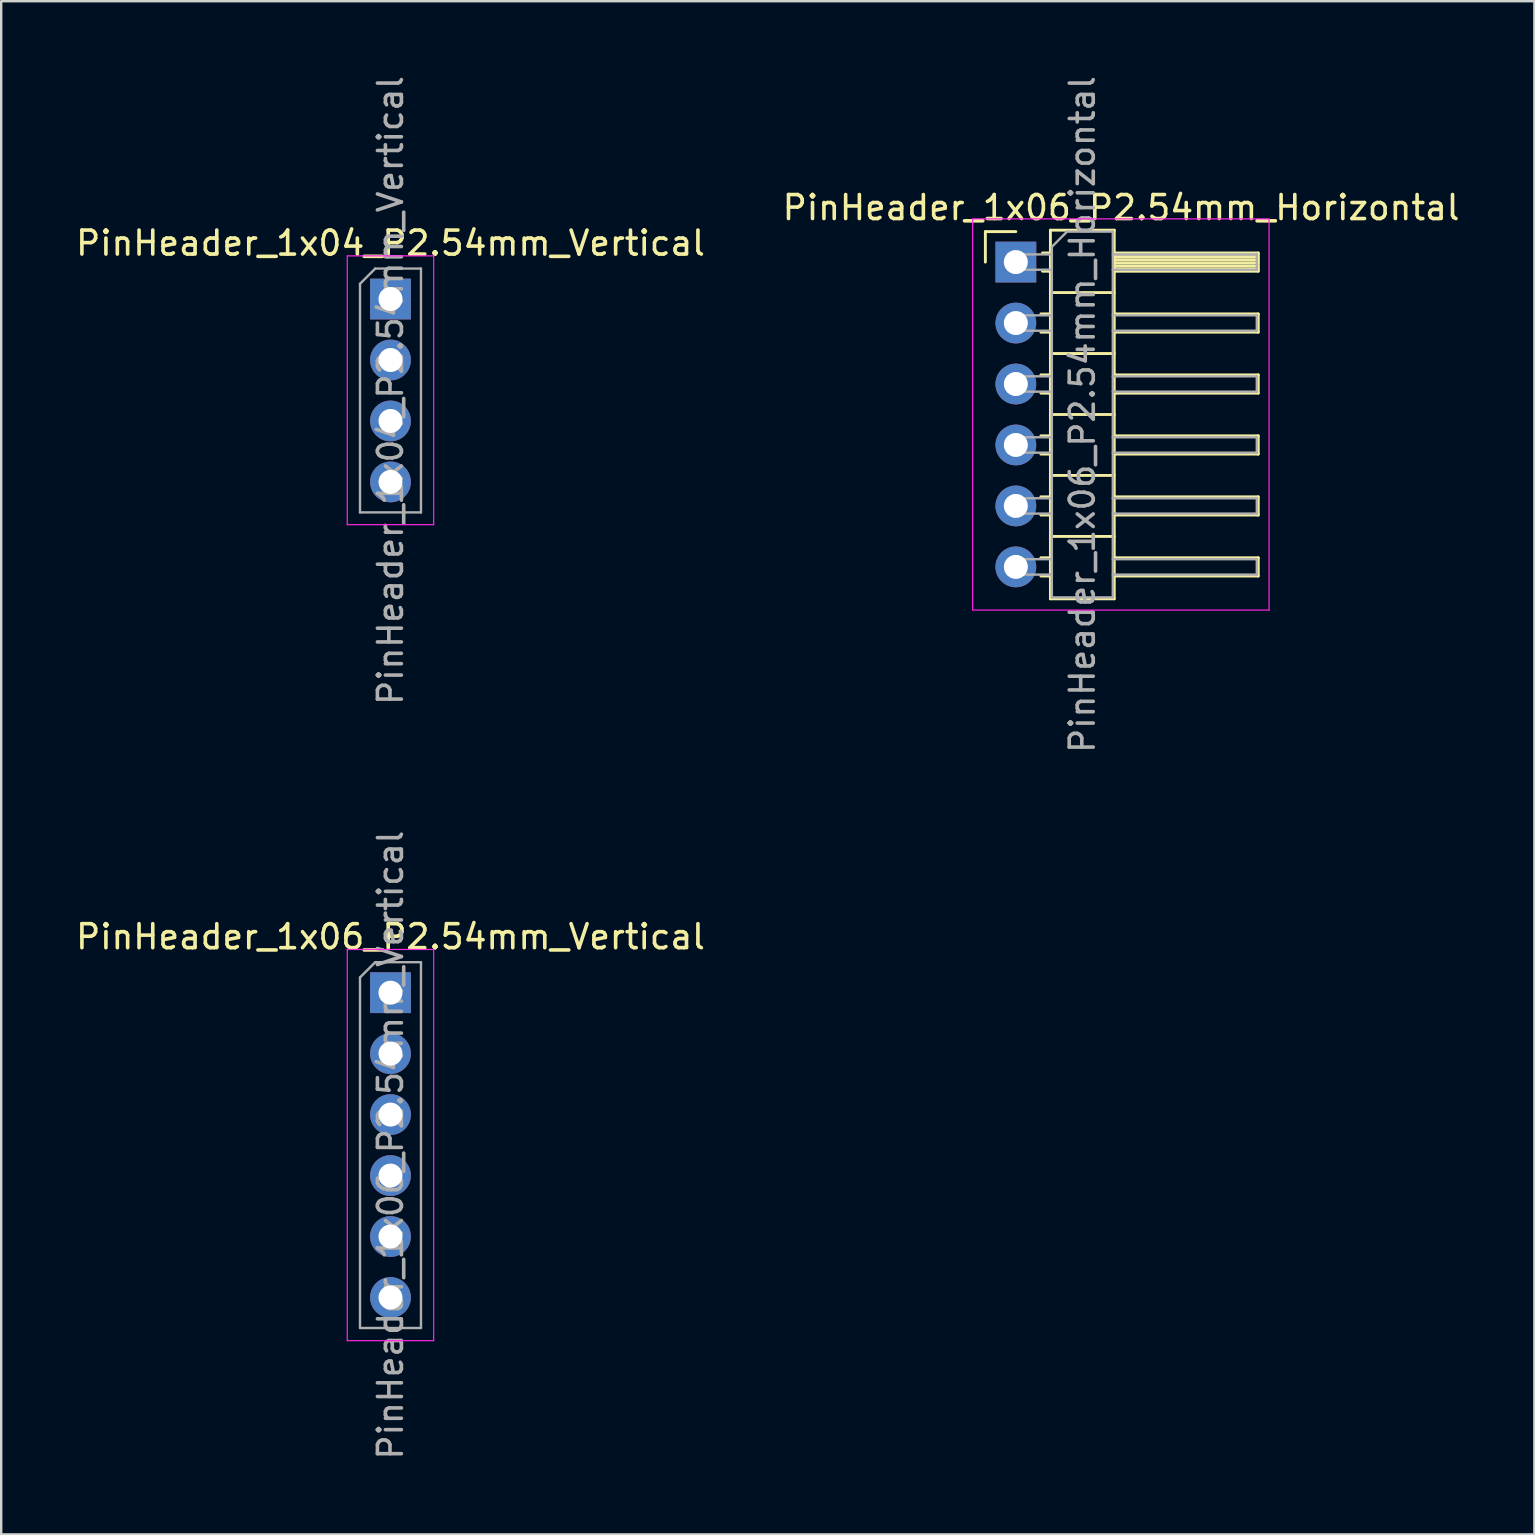
<source format=kicad_pcb>
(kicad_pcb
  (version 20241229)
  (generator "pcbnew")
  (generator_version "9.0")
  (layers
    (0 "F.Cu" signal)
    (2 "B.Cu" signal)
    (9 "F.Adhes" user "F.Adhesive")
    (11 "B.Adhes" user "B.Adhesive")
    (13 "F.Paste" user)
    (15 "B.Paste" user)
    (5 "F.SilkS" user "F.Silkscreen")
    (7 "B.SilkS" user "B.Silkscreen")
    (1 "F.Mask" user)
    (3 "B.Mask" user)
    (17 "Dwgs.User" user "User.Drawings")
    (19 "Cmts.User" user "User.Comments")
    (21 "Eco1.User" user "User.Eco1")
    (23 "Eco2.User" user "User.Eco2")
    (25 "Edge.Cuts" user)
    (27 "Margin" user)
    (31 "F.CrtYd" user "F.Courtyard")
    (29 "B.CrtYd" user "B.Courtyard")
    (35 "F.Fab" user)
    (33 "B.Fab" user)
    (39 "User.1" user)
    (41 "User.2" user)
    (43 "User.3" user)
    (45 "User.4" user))
  (footprint "PinHeader_1x06_P2.54mm_Vertical"
    (layer "F.Cu")
    (at 13.22 38.311)
    (property "Reference" "PinHeader_1x06_P2.54mm_Vertical" (at 0 -2.33 0) (layer "F.SilkS") (effects (font (size 1 1) (thickness 0.15))))
    (attr through_hole)
    (fp_line (start -1.8 -1.8) (end -1.8 14.5) (stroke (width 0.05) (type solid)) (layer "F.CrtYd"))
    (fp_line (start -1.8 14.5) (end 1.8 14.5) (stroke (width 0.05) (type solid)) (layer "F.CrtYd"))
    (fp_line (start 1.8 -1.8) (end -1.8 -1.8) (stroke (width 0.05) (type solid)) (layer "F.CrtYd"))
    (fp_line (start 1.8 14.5) (end 1.8 -1.8) (stroke (width 0.05) (type solid)) (layer "F.CrtYd"))
    (fp_line (start -1.27 -0.635) (end -0.635 -1.27) (stroke (width 0.1) (type solid)) (layer "F.Fab"))
    (fp_line (start -1.27 13.97) (end -1.27 -0.635) (stroke (width 0.1) (type solid)) (layer "F.Fab"))
    (fp_line (start -0.635 -1.27) (end 1.27 -1.27) (stroke (width 0.1) (type solid)) (layer "F.Fab"))
    (fp_line (start 1.27 -1.27) (end 1.27 13.97) (stroke (width 0.1) (type solid)) (layer "F.Fab"))
    (fp_line (start 1.27 13.97) (end -1.27 13.97) (stroke (width 0.1) (type solid)) (layer "F.Fab"))
    (fp_text user "${REFERENCE}" (at 0 6.35 90) (layer "F.Fab") (effects (font (size 1 1) (thickness 0.15))))
    (pad "1" thru_hole rect (at 0 0) (size 1.7 1.7) (drill 1) (layers "*.Cu" "*.Mask"))
    (pad "2" thru_hole oval (at 0 2.54) (size 1.7 1.7) (drill 1) (layers "*.Cu" "*.Mask"))
    (pad "3" thru_hole oval (at 0 5.08) (size 1.7 1.7) (drill 1) (layers "*.Cu" "*.Mask"))
    (pad "4" thru_hole oval (at 0 7.62) (size 1.7 1.7) (drill 1) (layers "*.Cu" "*.Mask"))
    (pad "5" thru_hole oval (at 0 10.16) (size 1.7 1.7) (drill 1) (layers "*.Cu" "*.Mask"))
    (pad "6" thru_hole oval (at 0 12.7) (size 1.7 1.7) (drill 1) (layers "*.Cu" "*.Mask")))
  (footprint "PinHeader_1x06_P2.54mm_Horizontal"
    (layer "F.Cu")
    (at 39.276 7.87)
    (property "Reference" "PinHeader_1x06_P2.54mm_Horizontal" (at 4.385 -2.27 0) (layer "F.SilkS") (effects (font (size 1 1) (thickness 0.15))))
    (attr through_hole)
    (fp_line (start -1.27 -1.27) (end 0 -1.27) (stroke (width 0.12) (type solid)) (layer "F.SilkS"))
    (fp_line (start -1.27 0) (end -1.27 -1.27) (stroke (width 0.12) (type solid)) (layer "F.SilkS"))
    (fp_line (start 1.043 2.16) (end 1.44 2.16) (stroke (width 0.12) (type solid)) (layer "F.SilkS"))
    (fp_line (start 1.043 2.92) (end 1.44 2.92) (stroke (width 0.12) (type solid)) (layer "F.SilkS"))
    (fp_line (start 1.043 4.7) (end 1.44 4.7) (stroke (width 0.12) (type solid)) (layer "F.SilkS"))
    (fp_line (start 1.043 5.46) (end 1.44 5.46) (stroke (width 0.12) (type solid)) (layer "F.SilkS"))
    (fp_line (start 1.043 7.24) (end 1.44 7.24) (stroke (width 0.12) (type solid)) (layer "F.SilkS"))
    (fp_line (start 1.043 8) (end 1.44 8) (stroke (width 0.12) (type solid)) (layer "F.SilkS"))
    (fp_line (start 1.043 9.78) (end 1.44 9.78) (stroke (width 0.12) (type solid)) (layer "F.SilkS"))
    (fp_line (start 1.043 10.54) (end 1.44 10.54) (stroke (width 0.12) (type solid)) (layer "F.SilkS"))
    (fp_line (start 1.043 12.32) (end 1.44 12.32) (stroke (width 0.12) (type solid)) (layer "F.SilkS"))
    (fp_line (start 1.043 13.08) (end 1.44 13.08) (stroke (width 0.12) (type solid)) (layer "F.SilkS"))
    (fp_line (start 1.11 -0.38) (end 1.44 -0.38) (stroke (width 0.12) (type solid)) (layer "F.SilkS"))
    (fp_line (start 1.11 0.38) (end 1.44 0.38) (stroke (width 0.12) (type solid)) (layer "F.SilkS"))
    (fp_line (start 1.44 -1.33) (end 1.44 14.03) (stroke (width 0.12) (type solid)) (layer "F.SilkS"))
    (fp_line (start 1.44 1.27) (end 4.1 1.27) (stroke (width 0.12) (type solid)) (layer "F.SilkS"))
    (fp_line (start 1.44 3.81) (end 4.1 3.81) (stroke (width 0.12) (type solid)) (layer "F.SilkS"))
    (fp_line (start 1.44 6.35) (end 4.1 6.35) (stroke (width 0.12) (type solid)) (layer "F.SilkS"))
    (fp_line (start 1.44 8.89) (end 4.1 8.89) (stroke (width 0.12) (type solid)) (layer "F.SilkS"))
    (fp_line (start 1.44 11.43) (end 4.1 11.43) (stroke (width 0.12) (type solid)) (layer "F.SilkS"))
    (fp_line (start 1.44 14.03) (end 4.1 14.03) (stroke (width 0.12) (type solid)) (layer "F.SilkS"))
    (fp_line (start 4.1 -1.33) (end 1.44 -1.33) (stroke (width 0.12) (type solid)) (layer "F.SilkS"))
    (fp_line (start 4.1 -0.38) (end 10.1 -0.38) (stroke (width 0.12) (type solid)) (layer "F.SilkS"))
    (fp_line (start 4.1 -0.32) (end 10.1 -0.32) (stroke (width 0.12) (type solid)) (layer "F.SilkS"))
    (fp_line (start 4.1 -0.2) (end 10.1 -0.2) (stroke (width 0.12) (type solid)) (layer "F.SilkS"))
    (fp_line (start 4.1 -0.08) (end 10.1 -0.08) (stroke (width 0.12) (type solid)) (layer "F.SilkS"))
    (fp_line (start 4.1 0.04) (end 10.1 0.04) (stroke (width 0.12) (type solid)) (layer "F.SilkS"))
    (fp_line (start 4.1 0.16) (end 10.1 0.16) (stroke (width 0.12) (type solid)) (layer "F.SilkS"))
    (fp_line (start 4.1 0.28) (end 10.1 0.28) (stroke (width 0.12) (type solid)) (layer "F.SilkS"))
    (fp_line (start 4.1 2.16) (end 10.1 2.16) (stroke (width 0.12) (type solid)) (layer "F.SilkS"))
    (fp_line (start 4.1 4.7) (end 10.1 4.7) (stroke (width 0.12) (type solid)) (layer "F.SilkS"))
    (fp_line (start 4.1 7.24) (end 10.1 7.24) (stroke (width 0.12) (type solid)) (layer "F.SilkS"))
    (fp_line (start 4.1 9.78) (end 10.1 9.78) (stroke (width 0.12) (type solid)) (layer "F.SilkS"))
    (fp_line (start 4.1 12.32) (end 10.1 12.32) (stroke (width 0.12) (type solid)) (layer "F.SilkS"))
    (fp_line (start 4.1 14.03) (end 4.1 -1.33) (stroke (width 0.12) (type solid)) (layer "F.SilkS"))
    (fp_line (start 10.1 -0.38) (end 10.1 0.38) (stroke (width 0.12) (type solid)) (layer "F.SilkS"))
    (fp_line (start 10.1 0.38) (end 4.1 0.38) (stroke (width 0.12) (type solid)) (layer "F.SilkS"))
    (fp_line (start 10.1 2.16) (end 10.1 2.92) (stroke (width 0.12) (type solid)) (layer "F.SilkS"))
    (fp_line (start 10.1 2.92) (end 4.1 2.92) (stroke (width 0.12) (type solid)) (layer "F.SilkS"))
    (fp_line (start 10.1 4.7) (end 10.1 5.46) (stroke (width 0.12) (type solid)) (layer "F.SilkS"))
    (fp_line (start 10.1 5.46) (end 4.1 5.46) (stroke (width 0.12) (type solid)) (layer "F.SilkS"))
    (fp_line (start 10.1 7.24) (end 10.1 8) (stroke (width 0.12) (type solid)) (layer "F.SilkS"))
    (fp_line (start 10.1 8) (end 4.1 8) (stroke (width 0.12) (type solid)) (layer "F.SilkS"))
    (fp_line (start 10.1 9.78) (end 10.1 10.54) (stroke (width 0.12) (type solid)) (layer "F.SilkS"))
    (fp_line (start 10.1 10.54) (end 4.1 10.54) (stroke (width 0.12) (type solid)) (layer "F.SilkS"))
    (fp_line (start 10.1 12.32) (end 10.1 13.08) (stroke (width 0.12) (type solid)) (layer "F.SilkS"))
    (fp_line (start 10.1 13.08) (end 4.1 13.08) (stroke (width 0.12) (type solid)) (layer "F.SilkS"))
    (fp_line (start -1.8 -1.8) (end -1.8 14.5) (stroke (width 0.05) (type solid)) (layer "F.CrtYd"))
    (fp_line (start -1.8 14.5) (end 10.55 14.5) (stroke (width 0.05) (type solid)) (layer "F.CrtYd"))
    (fp_line (start 10.55 -1.8) (end -1.8 -1.8) (stroke (width 0.05) (type solid)) (layer "F.CrtYd"))
    (fp_line (start 10.55 14.5) (end 10.55 -1.8) (stroke (width 0.05) (type solid)) (layer "F.CrtYd"))
    (fp_line (start -0.32 -0.32) (end -0.32 0.32) (stroke (width 0.1) (type solid)) (layer "F.Fab"))
    (fp_line (start -0.32 -0.32) (end 1.5 -0.32) (stroke (width 0.1) (type solid)) (layer "F.Fab"))
    (fp_line (start -0.32 0.32) (end 1.5 0.32) (stroke (width 0.1) (type solid)) (layer "F.Fab"))
    (fp_line (start -0.32 2.22) (end -0.32 2.86) (stroke (width 0.1) (type solid)) (layer "F.Fab"))
    (fp_line (start -0.32 2.22) (end 1.5 2.22) (stroke (width 0.1) (type solid)) (layer "F.Fab"))
    (fp_line (start -0.32 2.86) (end 1.5 2.86) (stroke (width 0.1) (type solid)) (layer "F.Fab"))
    (fp_line (start -0.32 4.76) (end -0.32 5.4) (stroke (width 0.1) (type solid)) (layer "F.Fab"))
    (fp_line (start -0.32 4.76) (end 1.5 4.76) (stroke (width 0.1) (type solid)) (layer "F.Fab"))
    (fp_line (start -0.32 5.4) (end 1.5 5.4) (stroke (width 0.1) (type solid)) (layer "F.Fab"))
    (fp_line (start -0.32 7.3) (end -0.32 7.94) (stroke (width 0.1) (type solid)) (layer "F.Fab"))
    (fp_line (start -0.32 7.3) (end 1.5 7.3) (stroke (width 0.1) (type solid)) (layer "F.Fab"))
    (fp_line (start -0.32 7.94) (end 1.5 7.94) (stroke (width 0.1) (type solid)) (layer "F.Fab"))
    (fp_line (start -0.32 9.84) (end -0.32 10.48) (stroke (width 0.1) (type solid)) (layer "F.Fab"))
    (fp_line (start -0.32 9.84) (end 1.5 9.84) (stroke (width 0.1) (type solid)) (layer "F.Fab"))
    (fp_line (start -0.32 10.48) (end 1.5 10.48) (stroke (width 0.1) (type solid)) (layer "F.Fab"))
    (fp_line (start -0.32 12.38) (end -0.32 13.02) (stroke (width 0.1) (type solid)) (layer "F.Fab"))
    (fp_line (start -0.32 12.38) (end 1.5 12.38) (stroke (width 0.1) (type solid)) (layer "F.Fab"))
    (fp_line (start -0.32 13.02) (end 1.5 13.02) (stroke (width 0.1) (type solid)) (layer "F.Fab"))
    (fp_line (start 1.5 -0.635) (end 2.135 -1.27) (stroke (width 0.1) (type solid)) (layer "F.Fab"))
    (fp_line (start 1.5 13.97) (end 1.5 -0.635) (stroke (width 0.1) (type solid)) (layer "F.Fab"))
    (fp_line (start 2.135 -1.27) (end 4.04 -1.27) (stroke (width 0.1) (type solid)) (layer "F.Fab"))
    (fp_line (start 4.04 -1.27) (end 4.04 13.97) (stroke (width 0.1) (type solid)) (layer "F.Fab"))
    (fp_line (start 4.04 -0.32) (end 10.04 -0.32) (stroke (width 0.1) (type solid)) (layer "F.Fab"))
    (fp_line (start 4.04 0.32) (end 10.04 0.32) (stroke (width 0.1) (type solid)) (layer "F.Fab"))
    (fp_line (start 4.04 2.22) (end 10.04 2.22) (stroke (width 0.1) (type solid)) (layer "F.Fab"))
    (fp_line (start 4.04 2.86) (end 10.04 2.86) (stroke (width 0.1) (type solid)) (layer "F.Fab"))
    (fp_line (start 4.04 4.76) (end 10.04 4.76) (stroke (width 0.1) (type solid)) (layer "F.Fab"))
    (fp_line (start 4.04 5.4) (end 10.04 5.4) (stroke (width 0.1) (type solid)) (layer "F.Fab"))
    (fp_line (start 4.04 7.3) (end 10.04 7.3) (stroke (width 0.1) (type solid)) (layer "F.Fab"))
    (fp_line (start 4.04 7.94) (end 10.04 7.94) (stroke (width 0.1) (type solid)) (layer "F.Fab"))
    (fp_line (start 4.04 9.84) (end 10.04 9.84) (stroke (width 0.1) (type solid)) (layer "F.Fab"))
    (fp_line (start 4.04 10.48) (end 10.04 10.48) (stroke (width 0.1) (type solid)) (layer "F.Fab"))
    (fp_line (start 4.04 12.38) (end 10.04 12.38) (stroke (width 0.1) (type solid)) (layer "F.Fab"))
    (fp_line (start 4.04 13.02) (end 10.04 13.02) (stroke (width 0.1) (type solid)) (layer "F.Fab"))
    (fp_line (start 4.04 13.97) (end 1.5 13.97) (stroke (width 0.1) (type solid)) (layer "F.Fab"))
    (fp_line (start 10.04 -0.32) (end 10.04 0.32) (stroke (width 0.1) (type solid)) (layer "F.Fab"))
    (fp_line (start 10.04 2.22) (end 10.04 2.86) (stroke (width 0.1) (type solid)) (layer "F.Fab"))
    (fp_line (start 10.04 4.76) (end 10.04 5.4) (stroke (width 0.1) (type solid)) (layer "F.Fab"))
    (fp_line (start 10.04 7.3) (end 10.04 7.94) (stroke (width 0.1) (type solid)) (layer "F.Fab"))
    (fp_line (start 10.04 9.84) (end 10.04 10.48) (stroke (width 0.1) (type solid)) (layer "F.Fab"))
    (fp_line (start 10.04 12.38) (end 10.04 13.02) (stroke (width 0.1) (type solid)) (layer "F.Fab"))
    (fp_text user "${REFERENCE}" (at 2.77 6.35 90) (layer "F.Fab") (effects (font (size 1 1) (thickness 0.15))))
    (pad "1" thru_hole rect (at 0 0) (size 1.7 1.7) (drill 1) (layers "*.Cu" "*.Mask"))
    (pad "2" thru_hole oval (at 0 2.54) (size 1.7 1.7) (drill 1) (layers "*.Cu" "*.Mask"))
    (pad "3" thru_hole oval (at 0 5.08) (size 1.7 1.7) (drill 1) (layers "*.Cu" "*.Mask"))
    (pad "4" thru_hole oval (at 0 7.62) (size 1.7 1.7) (drill 1) (layers "*.Cu" "*.Mask"))
    (pad "5" thru_hole oval (at 0 10.16) (size 1.7 1.7) (drill 1) (layers "*.Cu" "*.Mask"))
    (pad "6" thru_hole oval (at 0 12.7) (size 1.7 1.7) (drill 1) (layers "*.Cu" "*.Mask")))
  (footprint "PinHeader_1x04_P2.54mm_Vertical"
    (layer "F.Cu")
    (at 13.22 9.41)
    (property "Reference" "PinHeader_1x04_P2.54mm_Vertical" (at 0 -2.33 0) (layer "F.SilkS") (effects (font (size 1 1) (thickness 0.15))))
    (attr through_hole)
    (fp_line (start -1.8 -1.8) (end -1.8 9.4) (stroke (width 0.05) (type solid)) (layer "F.CrtYd"))
    (fp_line (start -1.8 9.4) (end 1.8 9.4) (stroke (width 0.05) (type solid)) (layer "F.CrtYd"))
    (fp_line (start 1.8 -1.8) (end -1.8 -1.8) (stroke (width 0.05) (type solid)) (layer "F.CrtYd"))
    (fp_line (start 1.8 9.4) (end 1.8 -1.8) (stroke (width 0.05) (type solid)) (layer "F.CrtYd"))
    (fp_line (start -1.27 -0.635) (end -0.635 -1.27) (stroke (width 0.1) (type solid)) (layer "F.Fab"))
    (fp_line (start -1.27 8.89) (end -1.27 -0.635) (stroke (width 0.1) (type solid)) (layer "F.Fab"))
    (fp_line (start -0.635 -1.27) (end 1.27 -1.27) (stroke (width 0.1) (type solid)) (layer "F.Fab"))
    (fp_line (start 1.27 -1.27) (end 1.27 8.89) (stroke (width 0.1) (type solid)) (layer "F.Fab"))
    (fp_line (start 1.27 8.89) (end -1.27 8.89) (stroke (width 0.1) (type solid)) (layer "F.Fab"))
    (fp_text user "${REFERENCE}" (at 0 3.81 90) (layer "F.Fab") (effects (font (size 1 1) (thickness 0.15))))
    (pad "1" thru_hole rect (at 0 0) (size 1.7 1.7) (drill 1) (layers "*.Cu" "*.Mask"))
    (pad "2" thru_hole oval (at 0 2.54) (size 1.7 1.7) (drill 1) (layers "*.Cu" "*.Mask"))
    (pad "3" thru_hole oval (at 0 5.08) (size 1.7 1.7) (drill 1) (layers "*.Cu" "*.Mask"))
    (pad "4" thru_hole oval (at 0 7.62) (size 1.7 1.7) (drill 1) (layers "*.Cu" "*.Mask")))
  (gr_rect
    (start -3 -3)
    (end 60.881 60.881)
    (stroke (width 0.1) (type default))
    (fill no)
    (layer "Edge.Cuts")))
</source>
